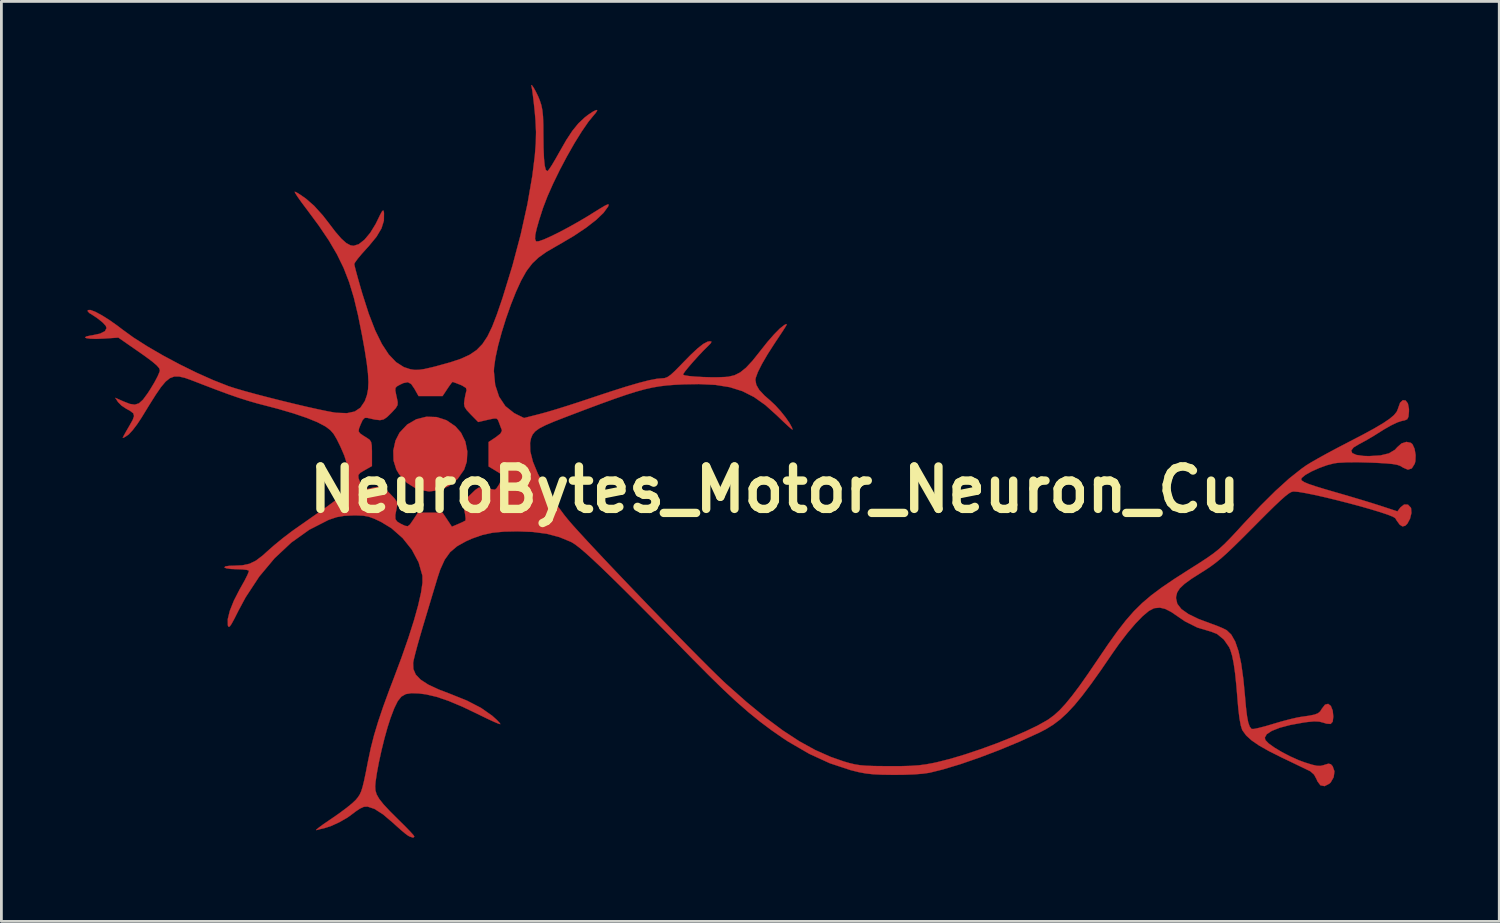
<source format=kicad_pcb>
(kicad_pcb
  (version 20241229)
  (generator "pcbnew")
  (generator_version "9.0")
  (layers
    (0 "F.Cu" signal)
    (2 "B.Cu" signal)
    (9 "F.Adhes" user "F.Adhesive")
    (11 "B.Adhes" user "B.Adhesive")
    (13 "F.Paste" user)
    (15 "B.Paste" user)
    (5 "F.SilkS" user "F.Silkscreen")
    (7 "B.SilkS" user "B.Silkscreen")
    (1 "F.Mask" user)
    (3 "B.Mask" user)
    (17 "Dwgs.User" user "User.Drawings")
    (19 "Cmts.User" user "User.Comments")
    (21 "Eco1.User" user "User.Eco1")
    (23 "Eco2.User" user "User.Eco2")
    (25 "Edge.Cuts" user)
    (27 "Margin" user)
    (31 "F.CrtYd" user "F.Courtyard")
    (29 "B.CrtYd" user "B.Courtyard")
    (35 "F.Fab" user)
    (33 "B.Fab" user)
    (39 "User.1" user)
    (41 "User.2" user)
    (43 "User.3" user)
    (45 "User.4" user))
  (footprint "NeuroBytes_Motor_Neuron_Cu"
    (layer "F.Cu")
    (at 24.793 14.546)
    (property "Reference" "NeuroBytes_Motor_Neuron_Cu" (at 0 0 0) (layer "F.SilkS") (effects (font (size 1.524 1.524) (thickness 0.3))))
    (attr through_hole)
    (fp_poly (pts (xy -12.154 -2.61) (xy -11.799 -2.495) (xy -11.48 -2.278) (xy -11.277 -2.047) (xy -11.122 -1.731) (xy -11.051 -1.372) (xy -11.069 -1.012) (xy -11.163 -0.725) (xy -11.399 -0.388) (xy -11.701 -0.138) (xy -12.05 0.015) (xy -12.422 0.064) (xy -12.796 -0.001) (xy -12.89 -0.038) (xy -13.223 -0.247) (xy -13.499 -0.553) (xy -13.602 -0.725) (xy -13.702 -1.046) (xy -13.711 -1.407) (xy -13.632 -1.764) (xy -13.488 -2.047) (xy -13.212 -2.341) (xy -12.882 -2.532) (xy -12.522 -2.622) (xy -12.154 -2.61)) (stroke (width 0.01) (type solid)) (fill yes) (layer "F.Cu"))
    (fp_poly (pts (xy -8.725 -14.526) (xy -8.666 -14.441) (xy -8.591 -14.307) (xy -8.512 -14.146) (xy -8.446 -13.987) (xy -8.391 -13.818) (xy -8.354 -13.634) (xy -8.331 -13.408) (xy -8.32 -13.109) (xy -8.318 -12.777) (xy -8.312 -12.279) (xy -8.296 -11.902) (xy -8.269 -11.641) (xy -8.23 -11.491) (xy -8.179 -11.446) (xy -8.171 -11.448) (xy -8.115 -11.509) (xy -8.015 -11.66) (xy -7.885 -11.878) (xy -7.744 -12.128) (xy -7.496 -12.561) (xy -7.275 -12.897) (xy -7.062 -13.159) (xy -6.841 -13.368) (xy -6.713 -13.468) (xy -6.526 -13.592) (xy -6.413 -13.644) (xy -6.382 -13.624) (xy -6.443 -13.531) (xy -6.49 -13.478) (xy -6.701 -13.22) (xy -6.943 -12.868) (xy -7.205 -12.446) (xy -7.471 -11.978) (xy -7.73 -11.488) (xy -7.968 -11) (xy -8.172 -10.54) (xy -8.329 -10.13) (xy -8.34 -10.097) (xy -8.473 -9.683) (xy -8.561 -9.373) (xy -8.609 -9.155) (xy -8.617 -9.013) (xy -8.588 -8.935) (xy -8.571 -8.921) (xy -8.48 -8.928) (xy -8.299 -8.992) (xy -8.047 -9.105) (xy -7.74 -9.256) (xy -7.398 -9.438) (xy -7.039 -9.64) (xy -6.68 -9.853) (xy -6.558 -9.93) (xy -6.287 -10.098) (xy -6.109 -10.204) (xy -6.008 -10.251) (xy -5.971 -10.247) (xy -5.982 -10.198) (xy -5.998 -10.166) (xy -6.158 -9.947) (xy -6.424 -9.693) (xy -6.785 -9.413) (xy -7.228 -9.117) (xy -7.741 -8.814) (xy -7.838 -8.76) (xy -8.211 -8.543) (xy -8.493 -8.342) (xy -8.713 -8.134) (xy -8.899 -7.893) (xy -8.944 -7.825) (xy -9.12 -7.51) (xy -9.303 -7.11) (xy -9.486 -6.65) (xy -9.66 -6.157) (xy -9.815 -5.658) (xy -9.945 -5.181) (xy -10.039 -4.75) (xy -10.09 -4.394) (xy -10.097 -4.257) (xy -10.049 -3.762) (xy -9.91 -3.342) (xy -9.684 -3.003) (xy -9.373 -2.755) (xy -9.294 -2.713) (xy -9.012 -2.576) (xy -8.427 -2.725) (xy -8.176 -2.794) (xy -7.837 -2.895) (xy -7.441 -3.019) (xy -7.02 -3.155) (xy -6.636 -3.283) (xy -5.942 -3.514) (xy -5.36 -3.699) (xy -4.885 -3.838) (xy -4.511 -3.934) (xy -4.233 -3.987) (xy -4.073 -4) (xy -3.963 -4.009) (xy -3.86 -4.047) (xy -3.742 -4.129) (xy -3.587 -4.271) (xy -3.372 -4.49) (xy -3.34 -4.524) (xy -3.021 -4.849) (xy -2.769 -5.084) (xy -2.575 -5.236) (xy -2.426 -5.316) (xy -2.336 -5.334) (xy -2.278 -5.32) (xy -2.303 -5.264) (xy -2.405 -5.159) (xy -2.566 -5) (xy -2.749 -4.806) (xy -2.935 -4.6) (xy -3.101 -4.408) (xy -3.229 -4.251) (xy -3.296 -4.153) (xy -3.302 -4.137) (xy -3.243 -4.109) (xy -3.085 -4.084) (xy -2.855 -4.063) (xy -2.582 -4.048) (xy -2.292 -4.04) (xy -2.014 -4.041) (xy -1.776 -4.051) (xy -1.665 -4.061) (xy -1.45 -4.112) (xy -1.247 -4.214) (xy -1.038 -4.382) (xy -0.805 -4.632) (xy -0.529 -4.978) (xy -0.524 -4.985) (xy -0.266 -5.31) (xy -0.025 -5.585) (xy 0.18 -5.792) (xy 0.333 -5.912) (xy 0.341 -5.917) (xy 0.396 -5.946) (xy 0.423 -5.951) (xy 0.417 -5.917) (xy 0.367 -5.83) (xy 0.267 -5.675) (xy 0.109 -5.438) (xy -0.002 -5.271) (xy -0.261 -4.868) (xy -0.466 -4.516) (xy -0.611 -4.227) (xy -0.688 -4.017) (xy -0.699 -3.942) (xy -0.667 -3.767) (xy -0.564 -3.588) (xy -0.374 -3.384) (xy -0.167 -3.203) (xy 0.015 -3.033) (xy 0.206 -2.823) (xy 0.384 -2.6) (xy 0.528 -2.392) (xy 0.617 -2.228) (xy 0.635 -2.157) (xy 0.593 -2.184) (xy 0.477 -2.285) (xy 0.306 -2.444) (xy 0.096 -2.646) (xy 0.069 -2.672) (xy -0.343 -3.042) (xy -0.748 -3.329) (xy -1.167 -3.541) (xy -1.622 -3.684) (xy -2.136 -3.766) (xy -2.73 -3.795) (xy -3.27 -3.785) (xy -3.58 -3.77) (xy -3.861 -3.749) (xy -4.128 -3.717) (xy -4.395 -3.672) (xy -4.677 -3.608) (xy -4.989 -3.522) (xy -5.346 -3.409) (xy -5.761 -3.266) (xy -6.251 -3.089) (xy -6.829 -2.873) (xy -7.51 -2.614) (xy -7.525 -2.608) (xy -7.937 -2.448) (xy -8.244 -2.317) (xy -8.465 -2.203) (xy -8.614 -2.094) (xy -8.708 -1.979) (xy -8.763 -1.846) (xy -8.796 -1.683) (xy -8.789 -1.379) (xy -8.694 -1.005) (xy -8.517 -0.575) (xy -8.265 -0.103) (xy -7.946 0.397) (xy -7.566 0.911) (xy -7.429 1.08) (xy -7.263 1.273) (xy -7.018 1.544) (xy -6.707 1.882) (xy -6.339 2.276) (xy -5.928 2.712) (xy -5.482 3.181) (xy -5.015 3.67) (xy -4.537 4.167) (xy -4.06 4.661) (xy -3.594 5.14) (xy -3.151 5.592) (xy -2.742 6.006) (xy -2.378 6.371) (xy -2.071 6.673) (xy -1.832 6.903) (xy -1.763 6.967) (xy -1.024 7.623) (xy -0.345 8.182) (xy 0.285 8.651) (xy 0.878 9.039) (xy 1.446 9.352) (xy 1.999 9.598) (xy 2.458 9.759) (xy 2.677 9.823) (xy 2.87 9.869) (xy 3.065 9.9) (xy 3.292 9.919) (xy 3.578 9.929) (xy 3.953 9.933) (xy 4.096 9.934) (xy 4.537 9.933) (xy 4.885 9.923) (xy 5.172 9.903) (xy 5.433 9.869) (xy 5.701 9.819) (xy 5.83 9.791) (xy 6.309 9.67) (xy 6.84 9.511) (xy 7.4 9.323) (xy 7.964 9.117) (xy 8.508 8.9) (xy 9.007 8.684) (xy 9.438 8.477) (xy 9.775 8.288) (xy 9.841 8.246) (xy 10.035 8.102) (xy 10.232 7.923) (xy 10.442 7.696) (xy 10.677 7.409) (xy 10.947 7.05) (xy 11.26 6.605) (xy 11.606 6.096) (xy 11.98 5.546) (xy 12.308 5.087) (xy 12.608 4.701) (xy 12.898 4.369) (xy 13.198 4.073) (xy 13.525 3.795) (xy 13.899 3.516) (xy 14.337 3.218) (xy 14.859 2.883) (xy 14.879 2.871) (xy 15.245 2.639) (xy 15.531 2.452) (xy 15.761 2.289) (xy 15.961 2.13) (xy 16.154 1.953) (xy 16.365 1.739) (xy 16.62 1.466) (xy 16.838 1.227) (xy 17.443 0.584) (xy 17.987 0.044) (xy 18.477 -0.4) (xy 18.92 -0.751) (xy 19.095 -0.875) (xy 19.269 -0.982) (xy 19.531 -1.132) (xy 19.856 -1.312) (xy 20.22 -1.506) (xy 20.598 -1.702) (xy 20.606 -1.707) (xy 21.123 -1.975) (xy 21.534 -2.199) (xy 21.851 -2.386) (xy 22.085 -2.544) (xy 22.246 -2.679) (xy 22.344 -2.8) (xy 22.392 -2.913) (xy 22.393 -2.922) (xy 22.466 -3.125) (xy 22.564 -3.217) (xy 22.665 -3.206) (xy 22.746 -3.099) (xy 22.785 -2.903) (xy 22.784 -2.8) (xy 22.766 -2.621) (xy 22.722 -2.531) (xy 22.624 -2.489) (xy 22.531 -2.472) (xy 22.372 -2.42) (xy 22.148 -2.314) (xy 21.899 -2.173) (xy 21.8 -2.111) (xy 21.538 -1.946) (xy 21.275 -1.79) (xy 21.056 -1.67) (xy 21.003 -1.643) (xy 20.796 -1.519) (xy 20.711 -1.409) (xy 20.745 -1.317) (xy 20.893 -1.25) (xy 21.151 -1.213) (xy 21.348 -1.207) (xy 21.756 -1.231) (xy 22.062 -1.305) (xy 22.279 -1.433) (xy 22.364 -1.527) (xy 22.518 -1.663) (xy 22.694 -1.718) (xy 22.853 -1.684) (xy 22.91 -1.635) (xy 22.986 -1.471) (xy 23.024 -1.247) (xy 23.016 -1.025) (xy 22.992 -0.934) (xy 22.888 -0.766) (xy 22.748 -0.719) (xy 22.571 -0.794) (xy 22.554 -0.807) (xy 22.469 -0.857) (xy 22.357 -0.895) (xy 22.195 -0.923) (xy 21.962 -0.945) (xy 21.636 -0.964) (xy 21.423 -0.973) (xy 20.949 -0.986) (xy 20.543 -0.983) (xy 20.227 -0.965) (xy 20.092 -0.946) (xy 19.836 -0.88) (xy 19.554 -0.777) (xy 19.284 -0.656) (xy 19.064 -0.532) (xy 18.934 -0.425) (xy 18.911 -0.377) (xy 18.935 -0.328) (xy 19.018 -0.274) (xy 19.172 -0.208) (xy 19.41 -0.127) (xy 19.744 -0.025) (xy 20.186 0.104) (xy 20.264 0.126) (xy 20.651 0.239) (xy 21.054 0.359) (xy 21.431 0.474) (xy 21.737 0.571) (xy 21.774 0.583) (xy 22.371 0.779) (xy 22.478 0.637) (xy 22.612 0.532) (xy 22.749 0.536) (xy 22.852 0.645) (xy 22.861 0.667) (xy 22.873 0.839) (xy 22.822 1.044) (xy 22.727 1.221) (xy 22.65 1.296) (xy 22.552 1.32) (xy 22.453 1.258) (xy 22.335 1.095) (xy 22.294 1.025) (xy 22.212 0.973) (xy 22.025 0.898) (xy 21.753 0.807) (xy 21.414 0.704) (xy 21.029 0.594) (xy 20.615 0.483) (xy 20.193 0.375) (xy 19.782 0.275) (xy 19.401 0.189) (xy 19.069 0.122) (xy 18.806 0.078) (xy 18.634 0.064) (xy 18.566 0.079) (xy 18.474 0.13) (xy 18.347 0.227) (xy 18.176 0.378) (xy 17.949 0.592) (xy 17.657 0.879) (xy 17.29 1.248) (xy 17.216 1.322) (xy 16.827 1.713) (xy 16.51 2.025) (xy 16.249 2.274) (xy 16.027 2.472) (xy 15.828 2.634) (xy 15.637 2.774) (xy 15.438 2.906) (xy 15.319 2.98) (xy 14.967 3.204) (xy 14.716 3.387) (xy 14.55 3.545) (xy 14.455 3.693) (xy 14.417 3.844) (xy 14.415 3.902) (xy 14.461 4.102) (xy 14.607 4.289) (xy 14.859 4.468) (xy 15.223 4.645) (xy 15.644 4.802) (xy 15.886 4.891) (xy 16.097 4.979) (xy 16.232 5.048) (xy 16.235 5.049) (xy 16.401 5.209) (xy 16.542 5.458) (xy 16.66 5.804) (xy 16.757 6.254) (xy 16.835 6.817) (xy 16.889 7.381) (xy 16.927 7.814) (xy 16.966 8.136) (xy 17.009 8.362) (xy 17.06 8.507) (xy 17.121 8.588) (xy 17.135 8.598) (xy 17.217 8.596) (xy 17.393 8.559) (xy 17.636 8.496) (xy 17.885 8.422) (xy 18.2 8.329) (xy 18.506 8.248) (xy 18.761 8.189) (xy 18.891 8.165) (xy 19.19 8.122) (xy 19.389 8.082) (xy 19.516 8.033) (xy 19.595 7.966) (xy 19.655 7.87) (xy 19.656 7.869) (xy 19.768 7.724) (xy 19.881 7.695) (xy 19.978 7.77) (xy 20.045 7.938) (xy 20.066 8.152) (xy 20.045 8.336) (xy 19.97 8.417) (xy 19.82 8.407) (xy 19.716 8.373) (xy 19.56 8.333) (xy 19.376 8.325) (xy 19.124 8.349) (xy 19.002 8.366) (xy 18.528 8.452) (xy 18.143 8.553) (xy 17.856 8.666) (xy 17.674 8.786) (xy 17.605 8.911) (xy 17.627 8.997) (xy 17.742 9.117) (xy 17.948 9.265) (xy 18.216 9.426) (xy 18.518 9.583) (xy 18.826 9.721) (xy 19.041 9.8) (xy 19.3 9.881) (xy 19.477 9.921) (xy 19.606 9.925) (xy 19.724 9.896) (xy 19.745 9.888) (xy 19.892 9.844) (xy 19.979 9.866) (xy 20.043 9.938) (xy 20.107 10.119) (xy 20.08 10.329) (xy 19.973 10.517) (xy 19.928 10.56) (xy 19.752 10.652) (xy 19.603 10.622) (xy 19.492 10.472) (xy 19.471 10.416) (xy 19.374 10.236) (xy 19.241 10.118) (xy 19.128 10.063) (xy 18.926 9.966) (xy 18.659 9.837) (xy 18.353 9.69) (xy 18.224 9.629) (xy 17.757 9.395) (xy 17.395 9.19) (xy 17.126 9.005) (xy 16.934 8.83) (xy 16.806 8.654) (xy 16.79 8.626) (xy 16.741 8.469) (xy 16.693 8.208) (xy 16.652 7.863) (xy 16.632 7.631) (xy 16.585 7.061) (xy 16.538 6.603) (xy 16.487 6.243) (xy 16.431 5.966) (xy 16.367 5.758) (xy 16.322 5.656) (xy 16.132 5.383) (xy 15.893 5.187) (xy 15.69 5.105) (xy 15.182 4.954) (xy 14.74 4.733) (xy 14.531 4.591) (xy 14.248 4.397) (xy 14.026 4.283) (xy 13.836 4.239) (xy 13.65 4.255) (xy 13.613 4.265) (xy 13.441 4.355) (xy 13.218 4.541) (xy 12.957 4.81) (xy 12.67 5.147) (xy 12.37 5.538) (xy 12.133 5.875) (xy 11.72 6.478) (xy 11.361 6.983) (xy 11.045 7.402) (xy 10.762 7.746) (xy 10.5 8.026) (xy 10.251 8.255) (xy 10.001 8.444) (xy 9.742 8.604) (xy 9.498 8.73) (xy 8.799 9.049) (xy 8.076 9.35) (xy 7.356 9.624) (xy 6.667 9.862) (xy 6.036 10.052) (xy 5.556 10.171) (xy 5.326 10.204) (xy 5.002 10.23) (xy 4.617 10.244) (xy 4.255 10.247) (xy 3.852 10.241) (xy 3.539 10.226) (xy 3.277 10.198) (xy 3.027 10.152) (xy 2.753 10.084) (xy 2.718 10.075) (xy 1.974 9.829) (xy 1.238 9.492) (xy 0.484 9.054) (xy 0.287 8.925) (xy -0.132 8.634) (xy -0.54 8.328) (xy -0.952 7.993) (xy -1.383 7.616) (xy -1.848 7.183) (xy -2.363 6.68) (xy -2.944 6.095) (xy -2.981 6.057) (xy -3.716 5.308) (xy -4.368 4.647) (xy -4.942 4.069) (xy -5.443 3.57) (xy -5.875 3.145) (xy -6.243 2.789) (xy -6.552 2.498) (xy -6.807 2.267) (xy -7.012 2.093) (xy -7.173 1.969) (xy -7.293 1.893) (xy -7.314 1.881) (xy -7.745 1.703) (xy -8.194 1.584) (xy -8.698 1.518) (xy -9.239 1.497) (xy -9.737 1.507) (xy -10.149 1.547) (xy -10.514 1.627) (xy -10.871 1.752) (xy -11.089 1.848) (xy -11.417 2.031) (xy -11.669 2.244) (xy -11.864 2.516) (xy -12.025 2.871) (xy -12.119 3.156) (xy -12.202 3.432) (xy -12.311 3.793) (xy -12.434 4.203) (xy -12.561 4.626) (xy -12.64 4.889) (xy -12.749 5.261) (xy -12.847 5.606) (xy -12.925 5.899) (xy -12.978 6.116) (xy -12.998 6.223) (xy -12.989 6.445) (xy -12.904 6.643) (xy -12.73 6.825) (xy -12.46 7.001) (xy -12.082 7.178) (xy -11.684 7.33) (xy -11.062 7.58) (xy -10.558 7.841) (xy -10.163 8.118) (xy -10.141 8.137) (xy -9.988 8.275) (xy -9.889 8.38) (xy -9.864 8.425) (xy -9.928 8.409) (xy -10.083 8.344) (xy -10.308 8.241) (xy -10.58 8.109) (xy -10.645 8.076) (xy -11.227 7.798) (xy -11.725 7.589) (xy -12.155 7.443) (xy -12.536 7.354) (xy -12.798 7.321) (xy -13.062 7.312) (xy -13.264 7.345) (xy -13.421 7.435) (xy -13.552 7.599) (xy -13.677 7.853) (xy -13.813 8.211) (xy -13.919 8.542) (xy -14.029 8.937) (xy -14.134 9.362) (xy -14.227 9.786) (xy -14.3 10.175) (xy -14.348 10.497) (xy -14.361 10.657) (xy -14.353 10.804) (xy -14.309 10.95) (xy -14.217 11.11) (xy -14.066 11.302) (xy -13.844 11.541) (xy -13.539 11.845) (xy -13.483 11.9) (xy -13.275 12.106) (xy -13.105 12.281) (xy -12.992 12.406) (xy -12.954 12.461) (xy -12.996 12.505) (xy -13.126 12.461) (xy -13.176 12.434) (xy -13.279 12.359) (xy -13.444 12.221) (xy -13.641 12.045) (xy -13.719 11.973) (xy -14.08 11.666) (xy -14.386 11.47) (xy -14.636 11.387) (xy -14.768 11.394) (xy -14.912 11.46) (xy -15.083 11.576) (xy -15.128 11.613) (xy -15.361 11.783) (xy -15.653 11.95) (xy -15.95 12.086) (xy -16.161 12.154) (xy -16.344 12.198) (xy -16.478 12.234) (xy -16.477 12.215) (xy -16.385 12.139) (xy -16.217 12.016) (xy -15.988 11.86) (xy -15.933 11.823) (xy -15.655 11.63) (xy -15.397 11.438) (xy -15.19 11.27) (xy -15.063 11.15) (xy -14.983 11.054) (xy -14.919 10.957) (xy -14.865 10.84) (xy -14.815 10.681) (xy -14.761 10.46) (xy -14.697 10.156) (xy -14.618 9.749) (xy -14.613 9.727) (xy -14.517 9.273) (xy -14.4 8.816) (xy -14.254 8.331) (xy -14.073 7.794) (xy -13.849 7.181) (xy -13.701 6.795) (xy -13.414 6.028) (xy -13.169 5.327) (xy -12.969 4.699) (xy -12.817 4.154) (xy -12.714 3.699) (xy -12.662 3.342) (xy -12.664 3.09) (xy -12.665 3.087) (xy -12.8 2.614) (xy -13.043 2.156) (xy -13.375 1.739) (xy -13.775 1.386) (xy -14.146 1.16) (xy -14.402 1.039) (xy -14.599 0.968) (xy -14.791 0.934) (xy -15.029 0.924) (xy -15.141 0.924) (xy -15.474 0.939) (xy -15.745 0.986) (xy -16.016 1.077) (xy -16.051 1.092) (xy -16.729 1.438) (xy -17.375 1.899) (xy -17.978 2.464) (xy -18.529 3.123) (xy -19.017 3.866) (xy -19.273 4.342) (xy -19.417 4.628) (xy -19.517 4.813) (xy -19.583 4.91) (xy -19.624 4.931) (xy -19.65 4.89) (xy -19.656 4.87) (xy -19.659 4.653) (xy -19.586 4.355) (xy -19.443 3.995) (xy -19.235 3.588) (xy -19.182 3.495) (xy -19.051 3.261) (xy -18.954 3.068) (xy -18.903 2.941) (xy -18.9 2.908) (xy -18.974 2.882) (xy -19.139 2.864) (xy -19.336 2.857) (xy -19.551 2.848) (xy -19.713 2.824) (xy -19.78 2.794) (xy -19.747 2.756) (xy -19.601 2.735) (xy -19.45 2.731) (xy -19.131 2.716) (xy -18.876 2.661) (xy -18.646 2.548) (xy -18.4 2.361) (xy -18.234 2.21) (xy -17.986 1.992) (xy -17.683 1.744) (xy -17.373 1.507) (xy -17.238 1.41) (xy -16.92 1.188) (xy -16.561 0.936) (xy -16.22 0.698) (xy -16.104 0.617) (xy -15.779 0.377) (xy -15.552 0.172) (xy -15.409 -0.021) (xy -15.335 -0.226) (xy -15.316 -0.465) (xy -15.319 -0.526) (xy -14.967 -0.526) (xy -14.961 -0.416) (xy -14.892 -0.234) (xy -14.887 -0.224) (xy -14.813 -0.074) (xy -14.738 -0.017) (xy -14.627 -0.029) (xy -14.626 -0.029) (xy -14.376 -0.088) (xy -14.21 -0.108) (xy -14.086 -0.078) (xy -13.967 0.009) (xy -13.824 0.15) (xy -13.669 0.312) (xy -13.59 0.425) (xy -13.568 0.527) (xy -13.588 0.656) (xy -13.594 0.68) (xy -13.638 0.909) (xy -13.635 1.052) (xy -13.574 1.145) (xy -13.446 1.223) (xy -13.288 1.298) (xy -13.191 1.312) (xy -13.112 1.251) (xy -13.008 1.101) (xy -12.993 1.079) (xy -12.825 0.826) (xy -11.94 0.826) (xy -11.773 1.077) (xy -11.606 1.329) (xy -11.379 1.234) (xy -11.225 1.165) (xy -11.129 1.115) (xy -11.119 1.108) (xy -11.113 1.033) (xy -11.132 0.876) (xy -11.152 0.763) (xy -11.217 0.449) (xy -10.926 0.164) (xy -10.765 0.01) (xy -10.652 -0.069) (xy -10.551 -0.091) (xy -10.42 -0.071) (xy -10.382 -0.062) (xy -10.205 -0.024) (xy -10.078 -0.003) (xy -10.059 -0.002) (xy -10 -0.051) (xy -9.92 -0.171) (xy -9.843 -0.32) (xy -9.79 -0.453) (xy -9.783 -0.527) (xy -9.785 -0.529) (xy -9.851 -0.572) (xy -9.985 -0.654) (xy -10.049 -0.693) (xy -10.287 -0.836) (xy -10.287 -1.713) (xy -10.03 -1.883) (xy -9.864 -2.013) (xy -9.808 -2.115) (xy -9.814 -2.153) (xy -9.867 -2.289) (xy -9.916 -2.422) (xy -9.956 -2.517) (xy -10.01 -2.559) (xy -10.114 -2.555) (xy -10.303 -2.515) (xy -10.319 -2.511) (xy -10.66 -2.432) (xy -10.927 -2.704) (xy -11.076 -2.864) (xy -11.15 -2.98) (xy -11.168 -3.096) (xy -11.153 -3.228) (xy -11.119 -3.414) (xy -11.084 -3.555) (xy -11.077 -3.574) (xy -11.1 -3.657) (xy -11.24 -3.744) (xy -11.301 -3.77) (xy -11.462 -3.833) (xy -11.566 -3.87) (xy -11.582 -3.873) (xy -11.626 -3.826) (xy -11.715 -3.704) (xy -11.772 -3.619) (xy -11.94 -3.365) (xy -12.804 -3.365) (xy -12.946 -3.619) (xy -13.067 -3.797) (xy -13.189 -3.863) (xy -13.35 -3.831) (xy -13.465 -3.777) (xy -13.578 -3.715) (xy -13.632 -3.657) (xy -13.638 -3.563) (xy -13.605 -3.396) (xy -13.585 -3.307) (xy -13.553 -3.149) (xy -13.559 -3.039) (xy -13.62 -2.934) (xy -13.75 -2.792) (xy -13.793 -2.748) (xy -13.938 -2.607) (xy -14.057 -2.526) (xy -14.188 -2.499) (xy -14.366 -2.518) (xy -14.628 -2.577) (xy -14.644 -2.581) (xy -14.737 -2.58) (xy -14.811 -2.505) (xy -14.885 -2.344) (xy -14.944 -2.194) (xy -14.956 -2.098) (xy -14.905 -2.023) (xy -14.775 -1.933) (xy -14.653 -1.858) (xy -14.561 -1.793) (xy -14.509 -1.714) (xy -14.485 -1.589) (xy -14.478 -1.381) (xy -14.478 -1.3) (xy -14.478 -0.849) (xy -14.732 -0.706) (xy -14.896 -0.608) (xy -14.967 -0.526) (xy -15.319 -0.526) (xy -15.323 -0.608) (xy -15.369 -0.905) (xy -15.473 -1.232) (xy -15.608 -1.543) (xy -15.743 -1.817) (xy -15.855 -2.005) (xy -15.97 -2.137) (xy -16.112 -2.247) (xy -16.165 -2.282) (xy -16.437 -2.425) (xy -16.818 -2.58) (xy -17.292 -2.741) (xy -17.841 -2.902) (xy -18.256 -3.011) (xy -18.605 -3.102) (xy -18.936 -3.198) (xy -19.275 -3.306) (xy -19.65 -3.436) (xy -20.087 -3.598) (xy -20.613 -3.799) (xy -20.634 -3.808) (xy -20.948 -3.929) (xy -21.2 -4.019) (xy -21.407 -4.067) (xy -21.582 -4.066) (xy -21.739 -4.008) (xy -21.893 -3.884) (xy -22.059 -3.687) (xy -22.251 -3.406) (xy -22.484 -3.036) (xy -22.757 -2.59) (xy -22.915 -2.351) (xy -23.074 -2.142) (xy -23.208 -1.996) (xy -23.244 -1.966) (xy -23.366 -1.887) (xy -23.429 -1.861) (xy -23.432 -1.864) (xy -23.401 -1.931) (xy -23.322 -2.075) (xy -23.21 -2.268) (xy -23.2 -2.285) (xy -23.076 -2.504) (xy -23.026 -2.647) (xy -23.055 -2.747) (xy -23.169 -2.835) (xy -23.306 -2.909) (xy -23.475 -3.021) (xy -23.602 -3.149) (xy -23.608 -3.159) (xy -23.701 -3.302) (xy -23.405 -3.171) (xy -23.176 -3.082) (xy -23 -3.056) (xy -22.85 -3.103) (xy -22.704 -3.236) (xy -22.536 -3.465) (xy -22.438 -3.616) (xy -22.292 -3.859) (xy -22.178 -4.075) (xy -22.11 -4.235) (xy -22.098 -4.291) (xy -22.125 -4.368) (xy -22.215 -4.471) (xy -22.38 -4.611) (xy -22.633 -4.799) (xy -22.844 -4.947) (xy -23.59 -5.465) (xy -24.13 -5.429) (xy -24.397 -5.419) (xy -24.604 -5.426) (xy -24.739 -5.445) (xy -24.788 -5.473) (xy -24.739 -5.507) (xy -24.579 -5.541) (xy -24.527 -5.548) (xy -24.247 -5.608) (xy -24.074 -5.695) (xy -24.015 -5.806) (xy -24.041 -5.886) (xy -24.146 -6.002) (xy -24.327 -6.149) (xy -24.549 -6.298) (xy -24.637 -6.35) (xy -24.695 -6.418) (xy -24.683 -6.453) (xy -24.594 -6.458) (xy -24.424 -6.395) (xy -24.194 -6.273) (xy -23.924 -6.104) (xy -23.631 -5.898) (xy -23.449 -5.759) (xy -23.045 -5.466) (xy -22.547 -5.149) (xy -21.984 -4.822) (xy -21.385 -4.502) (xy -20.776 -4.202) (xy -20.185 -3.938) (xy -19.641 -3.724) (xy -19.622 -3.717) (xy -19.38 -3.639) (xy -19.047 -3.542) (xy -18.644 -3.432) (xy -18.196 -3.315) (xy -17.724 -3.196) (xy -17.251 -3.081) (xy -16.801 -2.975) (xy -16.396 -2.885) (xy -16.058 -2.815) (xy -15.812 -2.771) (xy -15.745 -2.763) (xy -15.375 -2.75) (xy -15.098 -2.809) (xy -14.893 -2.946) (xy -14.742 -3.17) (xy -14.725 -3.207) (xy -14.658 -3.396) (xy -14.617 -3.608) (xy -14.604 -3.862) (xy -14.62 -4.173) (xy -14.665 -4.558) (xy -14.74 -5.035) (xy -14.828 -5.524) (xy -14.975 -6.261) (xy -15.127 -6.896) (xy -15.297 -7.457) (xy -15.496 -7.97) (xy -15.736 -8.461) (xy -16.027 -8.957) (xy -16.382 -9.483) (xy -16.813 -10.066) (xy -16.853 -10.118) (xy -17.022 -10.345) (xy -17.155 -10.533) (xy -17.236 -10.661) (xy -17.254 -10.707) (xy -17.194 -10.686) (xy -17.06 -10.604) (xy -16.879 -10.478) (xy -16.848 -10.456) (xy -16.556 -10.201) (xy -16.245 -9.857) (xy -16.049 -9.605) (xy -15.788 -9.263) (xy -15.577 -9.02) (xy -15.402 -8.863) (xy -15.252 -8.782) (xy -15.138 -8.763) (xy -14.952 -8.821) (xy -14.746 -8.983) (xy -14.538 -9.232) (xy -14.344 -9.549) (xy -14.293 -9.652) (xy -14.183 -9.879) (xy -14.114 -10.003) (xy -14.074 -10.037) (xy -14.053 -9.994) (xy -14.045 -9.943) (xy -14.049 -9.667) (xy -14.136 -9.389) (xy -14.313 -9.091) (xy -14.591 -8.753) (xy -14.647 -8.692) (xy -14.838 -8.48) (xy -14.991 -8.297) (xy -15.088 -8.163) (xy -15.113 -8.11) (xy -15.096 -8.022) (xy -15.048 -7.836) (xy -14.976 -7.573) (xy -14.886 -7.257) (xy -14.824 -7.045) (xy -14.593 -6.323) (xy -14.361 -5.723) (xy -14.122 -5.237) (xy -13.875 -4.86) (xy -13.613 -4.585) (xy -13.334 -4.406) (xy -13.103 -4.329) (xy -12.952 -4.306) (xy -12.794 -4.307) (xy -12.596 -4.336) (xy -12.328 -4.397) (xy -12.126 -4.449) (xy -11.659 -4.578) (xy -11.279 -4.705) (xy -10.97 -4.847) (xy -10.718 -5.017) (xy -10.509 -5.232) (xy -10.327 -5.507) (xy -10.158 -5.858) (xy -9.988 -6.298) (xy -9.801 -6.845) (xy -9.78 -6.908) (xy -9.428 -8.055) (xy -9.13 -9.182) (xy -8.89 -10.267) (xy -8.714 -11.287) (xy -8.625 -12.008) (xy -8.59 -12.458) (xy -8.582 -12.855) (xy -8.601 -13.266) (xy -8.627 -13.569) (xy -8.66 -13.881) (xy -8.692 -14.152) (xy -8.719 -14.356) (xy -8.739 -14.463) (xy -8.739 -14.464) (xy -8.754 -14.541) (xy -8.725 -14.526)) (stroke (width 0.01) (type solid)) (fill yes) (layer "F.Cu"))
    (fp_poly (pts (xy -12.154 -2.61) (xy -11.799 -2.495) (xy -11.48 -2.278) (xy -11.277 -2.047) (xy -11.122 -1.731) (xy -11.051 -1.372) (xy -11.069 -1.012) (xy -11.163 -0.725) (xy -11.399 -0.388) (xy -11.701 -0.138) (xy -12.05 0.015) (xy -12.422 0.064) (xy -12.796 -0.001) (xy -12.89 -0.038) (xy -13.223 -0.247) (xy -13.499 -0.553) (xy -13.602 -0.725) (xy -13.702 -1.046) (xy -13.711 -1.407) (xy -13.632 -1.764) (xy -13.488 -2.047) (xy -13.212 -2.341) (xy -12.882 -2.532) (xy -12.522 -2.622) (xy -12.154 -2.61)) (stroke (width 0.01) (type solid)) (fill yes) (layer "F.Mask"))
    (fp_poly (pts (xy -8.725 -14.526) (xy -8.666 -14.441) (xy -8.591 -14.307) (xy -8.512 -14.146) (xy -8.446 -13.987) (xy -8.391 -13.818) (xy -8.354 -13.634) (xy -8.331 -13.408) (xy -8.32 -13.109) (xy -8.318 -12.777) (xy -8.312 -12.279) (xy -8.296 -11.902) (xy -8.269 -11.641) (xy -8.23 -11.491) (xy -8.179 -11.446) (xy -8.171 -11.448) (xy -8.115 -11.509) (xy -8.015 -11.66) (xy -7.885 -11.878) (xy -7.744 -12.128) (xy -7.496 -12.561) (xy -7.275 -12.897) (xy -7.062 -13.159) (xy -6.841 -13.368) (xy -6.713 -13.468) (xy -6.526 -13.592) (xy -6.413 -13.644) (xy -6.382 -13.624) (xy -6.443 -13.531) (xy -6.49 -13.478) (xy -6.701 -13.22) (xy -6.943 -12.868) (xy -7.205 -12.446) (xy -7.471 -11.978) (xy -7.73 -11.488) (xy -7.968 -11) (xy -8.172 -10.54) (xy -8.329 -10.13) (xy -8.34 -10.097) (xy -8.473 -9.683) (xy -8.561 -9.373) (xy -8.609 -9.155) (xy -8.617 -9.013) (xy -8.588 -8.935) (xy -8.571 -8.921) (xy -8.48 -8.928) (xy -8.299 -8.992) (xy -8.047 -9.105) (xy -7.74 -9.256) (xy -7.398 -9.438) (xy -7.039 -9.64) (xy -6.68 -9.853) (xy -6.558 -9.93) (xy -6.287 -10.098) (xy -6.109 -10.204) (xy -6.008 -10.251) (xy -5.971 -10.247) (xy -5.982 -10.198) (xy -5.998 -10.166) (xy -6.158 -9.947) (xy -6.424 -9.693) (xy -6.785 -9.413) (xy -7.228 -9.117) (xy -7.741 -8.814) (xy -7.838 -8.76) (xy -8.211 -8.543) (xy -8.493 -8.342) (xy -8.713 -8.134) (xy -8.899 -7.893) (xy -8.944 -7.825) (xy -9.12 -7.51) (xy -9.303 -7.11) (xy -9.486 -6.65) (xy -9.66 -6.157) (xy -9.815 -5.658) (xy -9.945 -5.181) (xy -10.039 -4.75) (xy -10.09 -4.394) (xy -10.097 -4.257) (xy -10.049 -3.762) (xy -9.91 -3.342) (xy -9.684 -3.003) (xy -9.373 -2.755) (xy -9.294 -2.713) (xy -9.012 -2.576) (xy -8.427 -2.725) (xy -8.176 -2.794) (xy -7.837 -2.895) (xy -7.441 -3.019) (xy -7.02 -3.155) (xy -6.636 -3.283) (xy -5.942 -3.514) (xy -5.36 -3.699) (xy -4.885 -3.838) (xy -4.511 -3.934) (xy -4.233 -3.987) (xy -4.073 -4) (xy -3.963 -4.009) (xy -3.86 -4.047) (xy -3.742 -4.129) (xy -3.587 -4.271) (xy -3.372 -4.49) (xy -3.34 -4.524) (xy -3.021 -4.849) (xy -2.769 -5.084) (xy -2.575 -5.236) (xy -2.426 -5.316) (xy -2.336 -5.334) (xy -2.278 -5.32) (xy -2.303 -5.264) (xy -2.405 -5.159) (xy -2.566 -5) (xy -2.749 -4.806) (xy -2.935 -4.6) (xy -3.101 -4.408) (xy -3.229 -4.251) (xy -3.296 -4.153) (xy -3.302 -4.137) (xy -3.243 -4.109) (xy -3.085 -4.084) (xy -2.855 -4.063) (xy -2.582 -4.048) (xy -2.292 -4.04) (xy -2.014 -4.041) (xy -1.776 -4.051) (xy -1.665 -4.061) (xy -1.45 -4.112) (xy -1.247 -4.214) (xy -1.038 -4.382) (xy -0.805 -4.632) (xy -0.529 -4.978) (xy -0.524 -4.985) (xy -0.266 -5.31) (xy -0.025 -5.585) (xy 0.18 -5.792) (xy 0.333 -5.912) (xy 0.341 -5.917) (xy 0.396 -5.946) (xy 0.423 -5.951) (xy 0.417 -5.917) (xy 0.367 -5.83) (xy 0.267 -5.675) (xy 0.109 -5.438) (xy -0.002 -5.271) (xy -0.261 -4.868) (xy -0.466 -4.516) (xy -0.611 -4.227) (xy -0.688 -4.017) (xy -0.699 -3.942) (xy -0.667 -3.767) (xy -0.564 -3.588) (xy -0.374 -3.384) (xy -0.167 -3.203) (xy 0.015 -3.033) (xy 0.206 -2.823) (xy 0.384 -2.6) (xy 0.528 -2.392) (xy 0.617 -2.228) (xy 0.635 -2.157) (xy 0.593 -2.184) (xy 0.477 -2.285) (xy 0.306 -2.444) (xy 0.096 -2.646) (xy 0.069 -2.672) (xy -0.343 -3.042) (xy -0.748 -3.329) (xy -1.167 -3.541) (xy -1.622 -3.684) (xy -2.136 -3.766) (xy -2.73 -3.795) (xy -3.27 -3.785) (xy -3.58 -3.77) (xy -3.861 -3.749) (xy -4.128 -3.717) (xy -4.395 -3.672) (xy -4.677 -3.608) (xy -4.989 -3.522) (xy -5.346 -3.409) (xy -5.761 -3.266) (xy -6.251 -3.089) (xy -6.829 -2.873) (xy -7.51 -2.614) (xy -7.525 -2.608) (xy -7.937 -2.448) (xy -8.244 -2.317) (xy -8.465 -2.203) (xy -8.614 -2.094) (xy -8.708 -1.979) (xy -8.763 -1.846) (xy -8.796 -1.683) (xy -8.789 -1.379) (xy -8.694 -1.005) (xy -8.517 -0.575) (xy -8.265 -0.103) (xy -7.946 0.397) (xy -7.566 0.911) (xy -7.429 1.08) (xy -7.263 1.273) (xy -7.018 1.544) (xy -6.707 1.882) (xy -6.339 2.276) (xy -5.928 2.712) (xy -5.482 3.181) (xy -5.015 3.67) (xy -4.537 4.167) (xy -4.06 4.661) (xy -3.594 5.14) (xy -3.151 5.592) (xy -2.742 6.006) (xy -2.378 6.371) (xy -2.071 6.673) (xy -1.832 6.903) (xy -1.763 6.967) (xy -1.024 7.623) (xy -0.345 8.182) (xy 0.285 8.651) (xy 0.878 9.039) (xy 1.446 9.352) (xy 1.999 9.598) (xy 2.458 9.759) (xy 2.677 9.823) (xy 2.87 9.869) (xy 3.065 9.9) (xy 3.292 9.919) (xy 3.578 9.929) (xy 3.953 9.933) (xy 4.096 9.934) (xy 4.537 9.933) (xy 4.885 9.923) (xy 5.172 9.903) (xy 5.433 9.869) (xy 5.701 9.819) (xy 5.83 9.791) (xy 6.309 9.67) (xy 6.84 9.511) (xy 7.4 9.323) (xy 7.964 9.117) (xy 8.508 8.9) (xy 9.007 8.684) (xy 9.438 8.477) (xy 9.775 8.288) (xy 9.841 8.246) (xy 10.035 8.102) (xy 10.232 7.923) (xy 10.442 7.696) (xy 10.677 7.409) (xy 10.947 7.05) (xy 11.26 6.605) (xy 11.606 6.096) (xy 11.98 5.546) (xy 12.308 5.087) (xy 12.608 4.701) (xy 12.898 4.369) (xy 13.198 4.073) (xy 13.525 3.795) (xy 13.899 3.516) (xy 14.337 3.218) (xy 14.859 2.883) (xy 14.879 2.871) (xy 15.245 2.639) (xy 15.531 2.452) (xy 15.761 2.289) (xy 15.961 2.13) (xy 16.154 1.953) (xy 16.365 1.739) (xy 16.62 1.466) (xy 16.838 1.227) (xy 17.443 0.584) (xy 17.987 0.044) (xy 18.477 -0.4) (xy 18.92 -0.751) (xy 19.095 -0.875) (xy 19.269 -0.982) (xy 19.531 -1.132) (xy 19.856 -1.312) (xy 20.22 -1.506) (xy 20.598 -1.702) (xy 20.606 -1.707) (xy 21.123 -1.975) (xy 21.534 -2.199) (xy 21.851 -2.386) (xy 22.085 -2.544) (xy 22.246 -2.679) (xy 22.344 -2.8) (xy 22.392 -2.913) (xy 22.393 -2.922) (xy 22.466 -3.125) (xy 22.564 -3.217) (xy 22.665 -3.206) (xy 22.746 -3.099) (xy 22.785 -2.903) (xy 22.784 -2.8) (xy 22.766 -2.621) (xy 22.722 -2.531) (xy 22.624 -2.489) (xy 22.531 -2.472) (xy 22.372 -2.42) (xy 22.148 -2.314) (xy 21.899 -2.173) (xy 21.8 -2.111) (xy 21.538 -1.946) (xy 21.275 -1.79) (xy 21.056 -1.67) (xy 21.003 -1.643) (xy 20.796 -1.519) (xy 20.711 -1.409) (xy 20.745 -1.317) (xy 20.893 -1.25) (xy 21.151 -1.213) (xy 21.348 -1.207) (xy 21.756 -1.231) (xy 22.062 -1.305) (xy 22.279 -1.433) (xy 22.364 -1.527) (xy 22.518 -1.663) (xy 22.694 -1.718) (xy 22.853 -1.684) (xy 22.91 -1.635) (xy 22.986 -1.471) (xy 23.024 -1.247) (xy 23.016 -1.025) (xy 22.992 -0.934) (xy 22.888 -0.766) (xy 22.748 -0.719) (xy 22.571 -0.794) (xy 22.554 -0.807) (xy 22.469 -0.857) (xy 22.357 -0.895) (xy 22.195 -0.923) (xy 21.962 -0.945) (xy 21.636 -0.964) (xy 21.423 -0.973) (xy 20.949 -0.986) (xy 20.543 -0.983) (xy 20.227 -0.965) (xy 20.092 -0.946) (xy 19.836 -0.88) (xy 19.554 -0.777) (xy 19.284 -0.656) (xy 19.064 -0.532) (xy 18.934 -0.425) (xy 18.911 -0.377) (xy 18.935 -0.328) (xy 19.018 -0.274) (xy 19.172 -0.208) (xy 19.41 -0.127) (xy 19.744 -0.025) (xy 20.186 0.104) (xy 20.264 0.126) (xy 20.651 0.239) (xy 21.054 0.359) (xy 21.431 0.474) (xy 21.737 0.571) (xy 21.774 0.583) (xy 22.371 0.779) (xy 22.478 0.637) (xy 22.612 0.532) (xy 22.749 0.536) (xy 22.852 0.645) (xy 22.861 0.667) (xy 22.873 0.839) (xy 22.822 1.044) (xy 22.727 1.221) (xy 22.65 1.296) (xy 22.552 1.32) (xy 22.453 1.258) (xy 22.335 1.095) (xy 22.294 1.025) (xy 22.212 0.973) (xy 22.025 0.898) (xy 21.753 0.807) (xy 21.414 0.704) (xy 21.029 0.594) (xy 20.615 0.483) (xy 20.193 0.375) (xy 19.782 0.275) (xy 19.401 0.189) (xy 19.069 0.122) (xy 18.806 0.078) (xy 18.634 0.064) (xy 18.566 0.079) (xy 18.474 0.13) (xy 18.347 0.227) (xy 18.176 0.378) (xy 17.949 0.592) (xy 17.657 0.879) (xy 17.29 1.248) (xy 17.216 1.322) (xy 16.827 1.713) (xy 16.51 2.025) (xy 16.249 2.274) (xy 16.027 2.472) (xy 15.828 2.634) (xy 15.637 2.774) (xy 15.438 2.906) (xy 15.319 2.98) (xy 14.967 3.204) (xy 14.716 3.387) (xy 14.55 3.545) (xy 14.455 3.693) (xy 14.417 3.844) (xy 14.415 3.902) (xy 14.461 4.102) (xy 14.607 4.289) (xy 14.859 4.468) (xy 15.223 4.645) (xy 15.644 4.802) (xy 15.886 4.891) (xy 16.097 4.979) (xy 16.232 5.048) (xy 16.235 5.049) (xy 16.401 5.209) (xy 16.542 5.458) (xy 16.66 5.804) (xy 16.757 6.254) (xy 16.835 6.817) (xy 16.889 7.381) (xy 16.927 7.814) (xy 16.966 8.136) (xy 17.009 8.362) (xy 17.06 8.507) (xy 17.121 8.588) (xy 17.135 8.598) (xy 17.217 8.596) (xy 17.393 8.559) (xy 17.636 8.496) (xy 17.885 8.422) (xy 18.2 8.329) (xy 18.506 8.248) (xy 18.761 8.189) (xy 18.891 8.165) (xy 19.19 8.122) (xy 19.389 8.082) (xy 19.516 8.033) (xy 19.595 7.966) (xy 19.655 7.87) (xy 19.656 7.869) (xy 19.768 7.724) (xy 19.881 7.695) (xy 19.978 7.77) (xy 20.045 7.938) (xy 20.066 8.152) (xy 20.045 8.336) (xy 19.97 8.417) (xy 19.82 8.407) (xy 19.716 8.373) (xy 19.56 8.333) (xy 19.376 8.325) (xy 19.124 8.349) (xy 19.002 8.366) (xy 18.528 8.452) (xy 18.143 8.553) (xy 17.856 8.666) (xy 17.674 8.786) (xy 17.605 8.911) (xy 17.627 8.997) (xy 17.742 9.117) (xy 17.948 9.265) (xy 18.216 9.426) (xy 18.518 9.583) (xy 18.826 9.721) (xy 19.041 9.8) (xy 19.3 9.881) (xy 19.477 9.921) (xy 19.606 9.925) (xy 19.724 9.896) (xy 19.745 9.888) (xy 19.892 9.844) (xy 19.979 9.866) (xy 20.043 9.938) (xy 20.107 10.119) (xy 20.08 10.329) (xy 19.973 10.517) (xy 19.928 10.56) (xy 19.752 10.652) (xy 19.603 10.622) (xy 19.492 10.472) (xy 19.471 10.416) (xy 19.374 10.236) (xy 19.241 10.118) (xy 19.128 10.063) (xy 18.926 9.966) (xy 18.659 9.837) (xy 18.353 9.69) (xy 18.224 9.629) (xy 17.757 9.395) (xy 17.395 9.19) (xy 17.126 9.005) (xy 16.934 8.83) (xy 16.806 8.654) (xy 16.79 8.626) (xy 16.741 8.469) (xy 16.693 8.208) (xy 16.652 7.863) (xy 16.632 7.631) (xy 16.585 7.061) (xy 16.538 6.603) (xy 16.487 6.243) (xy 16.431 5.966) (xy 16.367 5.758) (xy 16.322 5.656) (xy 16.132 5.383) (xy 15.893 5.187) (xy 15.69 5.105) (xy 15.182 4.954) (xy 14.74 4.733) (xy 14.531 4.591) (xy 14.248 4.397) (xy 14.026 4.283) (xy 13.836 4.239) (xy 13.65 4.255) (xy 13.613 4.265) (xy 13.441 4.355) (xy 13.218 4.541) (xy 12.957 4.81) (xy 12.67 5.147) (xy 12.37 5.538) (xy 12.133 5.875) (xy 11.72 6.478) (xy 11.361 6.983) (xy 11.045 7.402) (xy 10.762 7.746) (xy 10.5 8.026) (xy 10.251 8.255) (xy 10.001 8.444) (xy 9.742 8.604) (xy 9.498 8.73) (xy 8.799 9.049) (xy 8.076 9.35) (xy 7.356 9.624) (xy 6.667 9.862) (xy 6.036 10.052) (xy 5.556 10.171) (xy 5.326 10.204) (xy 5.002 10.23) (xy 4.617 10.244) (xy 4.255 10.247) (xy 3.852 10.241) (xy 3.539 10.226) (xy 3.277 10.198) (xy 3.027 10.152) (xy 2.753 10.084) (xy 2.718 10.075) (xy 1.974 9.829) (xy 1.238 9.492) (xy 0.484 9.054) (xy 0.287 8.925) (xy -0.132 8.634) (xy -0.54 8.328) (xy -0.952 7.993) (xy -1.383 7.616) (xy -1.848 7.183) (xy -2.363 6.68) (xy -2.944 6.095) (xy -2.981 6.057) (xy -3.716 5.308) (xy -4.368 4.647) (xy -4.942 4.069) (xy -5.443 3.57) (xy -5.875 3.145) (xy -6.243 2.789) (xy -6.552 2.498) (xy -6.807 2.267) (xy -7.012 2.093) (xy -7.173 1.969) (xy -7.293 1.893) (xy -7.314 1.881) (xy -7.745 1.703) (xy -8.194 1.584) (xy -8.698 1.518) (xy -9.239 1.497) (xy -9.737 1.507) (xy -10.149 1.547) (xy -10.514 1.627) (xy -10.871 1.752) (xy -11.089 1.848) (xy -11.417 2.031) (xy -11.669 2.244) (xy -11.864 2.516) (xy -12.025 2.871) (xy -12.119 3.156) (xy -12.202 3.432) (xy -12.311 3.793) (xy -12.434 4.203) (xy -12.561 4.626) (xy -12.64 4.889) (xy -12.749 5.261) (xy -12.847 5.606) (xy -12.925 5.899) (xy -12.978 6.116) (xy -12.998 6.223) (xy -12.989 6.445) (xy -12.904 6.643) (xy -12.73 6.825) (xy -12.46 7.001) (xy -12.082 7.178) (xy -11.684 7.33) (xy -11.062 7.58) (xy -10.558 7.841) (xy -10.163 8.118) (xy -10.141 8.137) (xy -9.988 8.275) (xy -9.889 8.38) (xy -9.864 8.425) (xy -9.928 8.409) (xy -10.083 8.344) (xy -10.308 8.241) (xy -10.58 8.109) (xy -10.645 8.076) (xy -11.227 7.798) (xy -11.725 7.589) (xy -12.155 7.443) (xy -12.536 7.354) (xy -12.798 7.321) (xy -13.062 7.312) (xy -13.264 7.345) (xy -13.421 7.435) (xy -13.552 7.599) (xy -13.677 7.853) (xy -13.813 8.211) (xy -13.919 8.542) (xy -14.029 8.937) (xy -14.134 9.362) (xy -14.227 9.786) (xy -14.3 10.175) (xy -14.348 10.497) (xy -14.361 10.657) (xy -14.353 10.804) (xy -14.309 10.95) (xy -14.217 11.11) (xy -14.066 11.302) (xy -13.844 11.541) (xy -13.539 11.845) (xy -13.483 11.9) (xy -13.275 12.106) (xy -13.105 12.281) (xy -12.992 12.406) (xy -12.954 12.461) (xy -12.996 12.505) (xy -13.126 12.461) (xy -13.176 12.434) (xy -13.279 12.359) (xy -13.444 12.221) (xy -13.641 12.045) (xy -13.719 11.973) (xy -14.08 11.666) (xy -14.386 11.47) (xy -14.636 11.387) (xy -14.768 11.394) (xy -14.912 11.46) (xy -15.083 11.576) (xy -15.128 11.613) (xy -15.361 11.783) (xy -15.653 11.95) (xy -15.95 12.086) (xy -16.161 12.154) (xy -16.344 12.198) (xy -16.478 12.234) (xy -16.477 12.215) (xy -16.385 12.139) (xy -16.217 12.016) (xy -15.988 11.86) (xy -15.933 11.823) (xy -15.655 11.63) (xy -15.397 11.438) (xy -15.19 11.27) (xy -15.063 11.15) (xy -14.983 11.054) (xy -14.919 10.957) (xy -14.865 10.84) (xy -14.815 10.681) (xy -14.761 10.46) (xy -14.697 10.156) (xy -14.618 9.749) (xy -14.613 9.727) (xy -14.517 9.273) (xy -14.4 8.816) (xy -14.254 8.331) (xy -14.073 7.794) (xy -13.849 7.181) (xy -13.701 6.795) (xy -13.414 6.028) (xy -13.169 5.327) (xy -12.969 4.699) (xy -12.817 4.154) (xy -12.714 3.699) (xy -12.662 3.342) (xy -12.664 3.09) (xy -12.665 3.087) (xy -12.8 2.614) (xy -13.043 2.156) (xy -13.375 1.739) (xy -13.775 1.386) (xy -14.146 1.16) (xy -14.402 1.039) (xy -14.599 0.968) (xy -14.791 0.934) (xy -15.029 0.924) (xy -15.141 0.924) (xy -15.474 0.939) (xy -15.745 0.986) (xy -16.016 1.077) (xy -16.051 1.092) (xy -16.729 1.438) (xy -17.375 1.899) (xy -17.978 2.464) (xy -18.529 3.123) (xy -19.017 3.866) (xy -19.273 4.342) (xy -19.417 4.628) (xy -19.517 4.813) (xy -19.583 4.91) (xy -19.624 4.931) (xy -19.65 4.89) (xy -19.656 4.87) (xy -19.659 4.653) (xy -19.586 4.355) (xy -19.443 3.995) (xy -19.235 3.588) (xy -19.182 3.495) (xy -19.051 3.261) (xy -18.954 3.068) (xy -18.903 2.941) (xy -18.9 2.908) (xy -18.974 2.882) (xy -19.139 2.864) (xy -19.336 2.857) (xy -19.551 2.848) (xy -19.713 2.824) (xy -19.78 2.794) (xy -19.747 2.756) (xy -19.601 2.735) (xy -19.45 2.731) (xy -19.131 2.716) (xy -18.876 2.661) (xy -18.646 2.548) (xy -18.4 2.361) (xy -18.234 2.21) (xy -17.986 1.992) (xy -17.683 1.744) (xy -17.373 1.507) (xy -17.238 1.41) (xy -16.92 1.188) (xy -16.561 0.936) (xy -16.22 0.698) (xy -16.104 0.617) (xy -15.779 0.377) (xy -15.552 0.172) (xy -15.409 -0.021) (xy -15.335 -0.226) (xy -15.316 -0.465) (xy -15.319 -0.526) (xy -14.967 -0.526) (xy -14.961 -0.416) (xy -14.892 -0.234) (xy -14.887 -0.224) (xy -14.813 -0.074) (xy -14.738 -0.017) (xy -14.627 -0.029) (xy -14.626 -0.029) (xy -14.376 -0.088) (xy -14.21 -0.108) (xy -14.086 -0.078) (xy -13.967 0.009) (xy -13.824 0.15) (xy -13.669 0.312) (xy -13.59 0.425) (xy -13.568 0.527) (xy -13.588 0.656) (xy -13.594 0.68) (xy -13.638 0.909) (xy -13.635 1.052) (xy -13.574 1.145) (xy -13.446 1.223) (xy -13.288 1.298) (xy -13.191 1.312) (xy -13.112 1.251) (xy -13.008 1.101) (xy -12.993 1.079) (xy -12.825 0.826) (xy -11.94 0.826) (xy -11.773 1.077) (xy -11.606 1.329) (xy -11.379 1.234) (xy -11.225 1.165) (xy -11.129 1.115) (xy -11.119 1.108) (xy -11.113 1.033) (xy -11.132 0.876) (xy -11.152 0.763) (xy -11.217 0.449) (xy -10.926 0.164) (xy -10.765 0.01) (xy -10.652 -0.069) (xy -10.551 -0.091) (xy -10.42 -0.071) (xy -10.382 -0.062) (xy -10.205 -0.024) (xy -10.078 -0.003) (xy -10.059 -0.002) (xy -10 -0.051) (xy -9.92 -0.171) (xy -9.843 -0.32) (xy -9.79 -0.453) (xy -9.783 -0.527) (xy -9.785 -0.529) (xy -9.851 -0.572) (xy -9.985 -0.654) (xy -10.049 -0.693) (xy -10.287 -0.836) (xy -10.287 -1.713) (xy -10.03 -1.883) (xy -9.864 -2.013) (xy -9.808 -2.115) (xy -9.814 -2.153) (xy -9.867 -2.289) (xy -9.916 -2.422) (xy -9.956 -2.517) (xy -10.01 -2.559) (xy -10.114 -2.555) (xy -10.303 -2.515) (xy -10.319 -2.511) (xy -10.66 -2.432) (xy -10.927 -2.704) (xy -11.076 -2.864) (xy -11.15 -2.98) (xy -11.168 -3.096) (xy -11.153 -3.228) (xy -11.119 -3.414) (xy -11.084 -3.555) (xy -11.077 -3.574) (xy -11.1 -3.657) (xy -11.24 -3.744) (xy -11.301 -3.77) (xy -11.462 -3.833) (xy -11.566 -3.87) (xy -11.582 -3.873) (xy -11.626 -3.826) (xy -11.715 -3.704) (xy -11.772 -3.619) (xy -11.94 -3.365) (xy -12.804 -3.365) (xy -12.946 -3.619) (xy -13.067 -3.797) (xy -13.189 -3.863) (xy -13.35 -3.831) (xy -13.465 -3.777) (xy -13.578 -3.715) (xy -13.632 -3.657) (xy -13.638 -3.563) (xy -13.605 -3.396) (xy -13.585 -3.307) (xy -13.553 -3.149) (xy -13.559 -3.039) (xy -13.62 -2.934) (xy -13.75 -2.792) (xy -13.793 -2.748) (xy -13.938 -2.607) (xy -14.057 -2.526) (xy -14.188 -2.499) (xy -14.366 -2.518) (xy -14.628 -2.577) (xy -14.644 -2.581) (xy -14.737 -2.58) (xy -14.811 -2.505) (xy -14.885 -2.344) (xy -14.944 -2.194) (xy -14.956 -2.098) (xy -14.905 -2.023) (xy -14.775 -1.933) (xy -14.653 -1.858) (xy -14.561 -1.793) (xy -14.509 -1.714) (xy -14.485 -1.589) (xy -14.478 -1.381) (xy -14.478 -1.3) (xy -14.478 -0.849) (xy -14.732 -0.706) (xy -14.896 -0.608) (xy -14.967 -0.526) (xy -15.319 -0.526) (xy -15.323 -0.608) (xy -15.369 -0.905) (xy -15.473 -1.232) (xy -15.608 -1.543) (xy -15.743 -1.817) (xy -15.855 -2.005) (xy -15.97 -2.137) (xy -16.112 -2.247) (xy -16.165 -2.282) (xy -16.437 -2.425) (xy -16.818 -2.58) (xy -17.292 -2.741) (xy -17.841 -2.902) (xy -18.256 -3.011) (xy -18.605 -3.102) (xy -18.936 -3.198) (xy -19.275 -3.306) (xy -19.65 -3.436) (xy -20.087 -3.598) (xy -20.613 -3.799) (xy -20.634 -3.808) (xy -20.948 -3.929) (xy -21.2 -4.019) (xy -21.407 -4.067) (xy -21.582 -4.066) (xy -21.739 -4.008) (xy -21.893 -3.884) (xy -22.059 -3.687) (xy -22.251 -3.406) (xy -22.484 -3.036) (xy -22.757 -2.59) (xy -22.915 -2.351) (xy -23.074 -2.142) (xy -23.208 -1.996) (xy -23.244 -1.966) (xy -23.366 -1.887) (xy -23.429 -1.861) (xy -23.432 -1.864) (xy -23.401 -1.931) (xy -23.322 -2.075) (xy -23.21 -2.268) (xy -23.2 -2.285) (xy -23.076 -2.504) (xy -23.026 -2.647) (xy -23.055 -2.747) (xy -23.169 -2.835) (xy -23.306 -2.909) (xy -23.475 -3.021) (xy -23.602 -3.149) (xy -23.608 -3.159) (xy -23.701 -3.302) (xy -23.405 -3.171) (xy -23.176 -3.082) (xy -23 -3.056) (xy -22.85 -3.103) (xy -22.704 -3.236) (xy -22.536 -3.465) (xy -22.438 -3.616) (xy -22.292 -3.859) (xy -22.178 -4.075) (xy -22.11 -4.235) (xy -22.098 -4.291) (xy -22.125 -4.368) (xy -22.215 -4.471) (xy -22.38 -4.611) (xy -22.633 -4.799) (xy -22.844 -4.947) (xy -23.59 -5.465) (xy -24.13 -5.429) (xy -24.397 -5.419) (xy -24.604 -5.426) (xy -24.739 -5.445) (xy -24.788 -5.473) (xy -24.739 -5.507) (xy -24.579 -5.541) (xy -24.527 -5.548) (xy -24.247 -5.608) (xy -24.074 -5.695) (xy -24.015 -5.806) (xy -24.041 -5.886) (xy -24.146 -6.002) (xy -24.327 -6.149) (xy -24.549 -6.298) (xy -24.637 -6.35) (xy -24.695 -6.418) (xy -24.683 -6.453) (xy -24.594 -6.458) (xy -24.424 -6.395) (xy -24.194 -6.273) (xy -23.924 -6.104) (xy -23.631 -5.898) (xy -23.449 -5.759) (xy -23.045 -5.466) (xy -22.547 -5.149) (xy -21.984 -4.822) (xy -21.385 -4.502) (xy -20.776 -4.202) (xy -20.185 -3.938) (xy -19.641 -3.724) (xy -19.622 -3.717) (xy -19.38 -3.639) (xy -19.047 -3.542) (xy -18.644 -3.432) (xy -18.196 -3.315) (xy -17.724 -3.196) (xy -17.251 -3.081) (xy -16.801 -2.975) (xy -16.396 -2.885) (xy -16.058 -2.815) (xy -15.812 -2.771) (xy -15.745 -2.763) (xy -15.375 -2.75) (xy -15.098 -2.809) (xy -14.893 -2.946) (xy -14.742 -3.17) (xy -14.725 -3.207) (xy -14.658 -3.396) (xy -14.617 -3.608) (xy -14.604 -3.862) (xy -14.62 -4.173) (xy -14.665 -4.558) (xy -14.74 -5.035) (xy -14.828 -5.524) (xy -14.975 -6.261) (xy -15.127 -6.896) (xy -15.297 -7.457) (xy -15.496 -7.97) (xy -15.736 -8.461) (xy -16.027 -8.957) (xy -16.382 -9.483) (xy -16.813 -10.066) (xy -16.853 -10.118) (xy -17.022 -10.345) (xy -17.155 -10.533) (xy -17.236 -10.661) (xy -17.254 -10.707) (xy -17.194 -10.686) (xy -17.06 -10.604) (xy -16.879 -10.478) (xy -16.848 -10.456) (xy -16.556 -10.201) (xy -16.245 -9.857) (xy -16.049 -9.605) (xy -15.788 -9.263) (xy -15.577 -9.02) (xy -15.402 -8.863) (xy -15.252 -8.782) (xy -15.138 -8.763) (xy -14.952 -8.821) (xy -14.746 -8.983) (xy -14.538 -9.232) (xy -14.344 -9.549) (xy -14.293 -9.652) (xy -14.183 -9.879) (xy -14.114 -10.003) (xy -14.074 -10.037) (xy -14.053 -9.994) (xy -14.045 -9.943) (xy -14.049 -9.667) (xy -14.136 -9.389) (xy -14.313 -9.091) (xy -14.591 -8.753) (xy -14.647 -8.692) (xy -14.838 -8.48) (xy -14.991 -8.297) (xy -15.088 -8.163) (xy -15.113 -8.11) (xy -15.096 -8.022) (xy -15.048 -7.836) (xy -14.976 -7.573) (xy -14.886 -7.257) (xy -14.824 -7.045) (xy -14.593 -6.323) (xy -14.361 -5.723) (xy -14.122 -5.237) (xy -13.875 -4.86) (xy -13.613 -4.585) (xy -13.334 -4.406) (xy -13.103 -4.329) (xy -12.952 -4.306) (xy -12.794 -4.307) (xy -12.596 -4.336) (xy -12.328 -4.397) (xy -12.126 -4.449) (xy -11.659 -4.578) (xy -11.279 -4.705) (xy -10.97 -4.847) (xy -10.718 -5.017) (xy -10.509 -5.232) (xy -10.327 -5.507) (xy -10.158 -5.858) (xy -9.988 -6.298) (xy -9.801 -6.845) (xy -9.78 -6.908) (xy -9.428 -8.055) (xy -9.13 -9.182) (xy -8.89 -10.267) (xy -8.714 -11.287) (xy -8.625 -12.008) (xy -8.59 -12.458) (xy -8.582 -12.855) (xy -8.601 -13.266) (xy -8.627 -13.569) (xy -8.66 -13.881) (xy -8.692 -14.152) (xy -8.719 -14.356) (xy -8.739 -14.463) (xy -8.739 -14.464) (xy -8.754 -14.541) (xy -8.725 -14.526)) (stroke (width 0.01) (type solid)) (fill yes) (layer "F.Mask")))
  (gr_rect
    (start -3 -3)
    (end 50.822 30.057)
    (stroke (width 0.1) (type default))
    (fill no)
    (layer "Edge.Cuts")))
</source>
